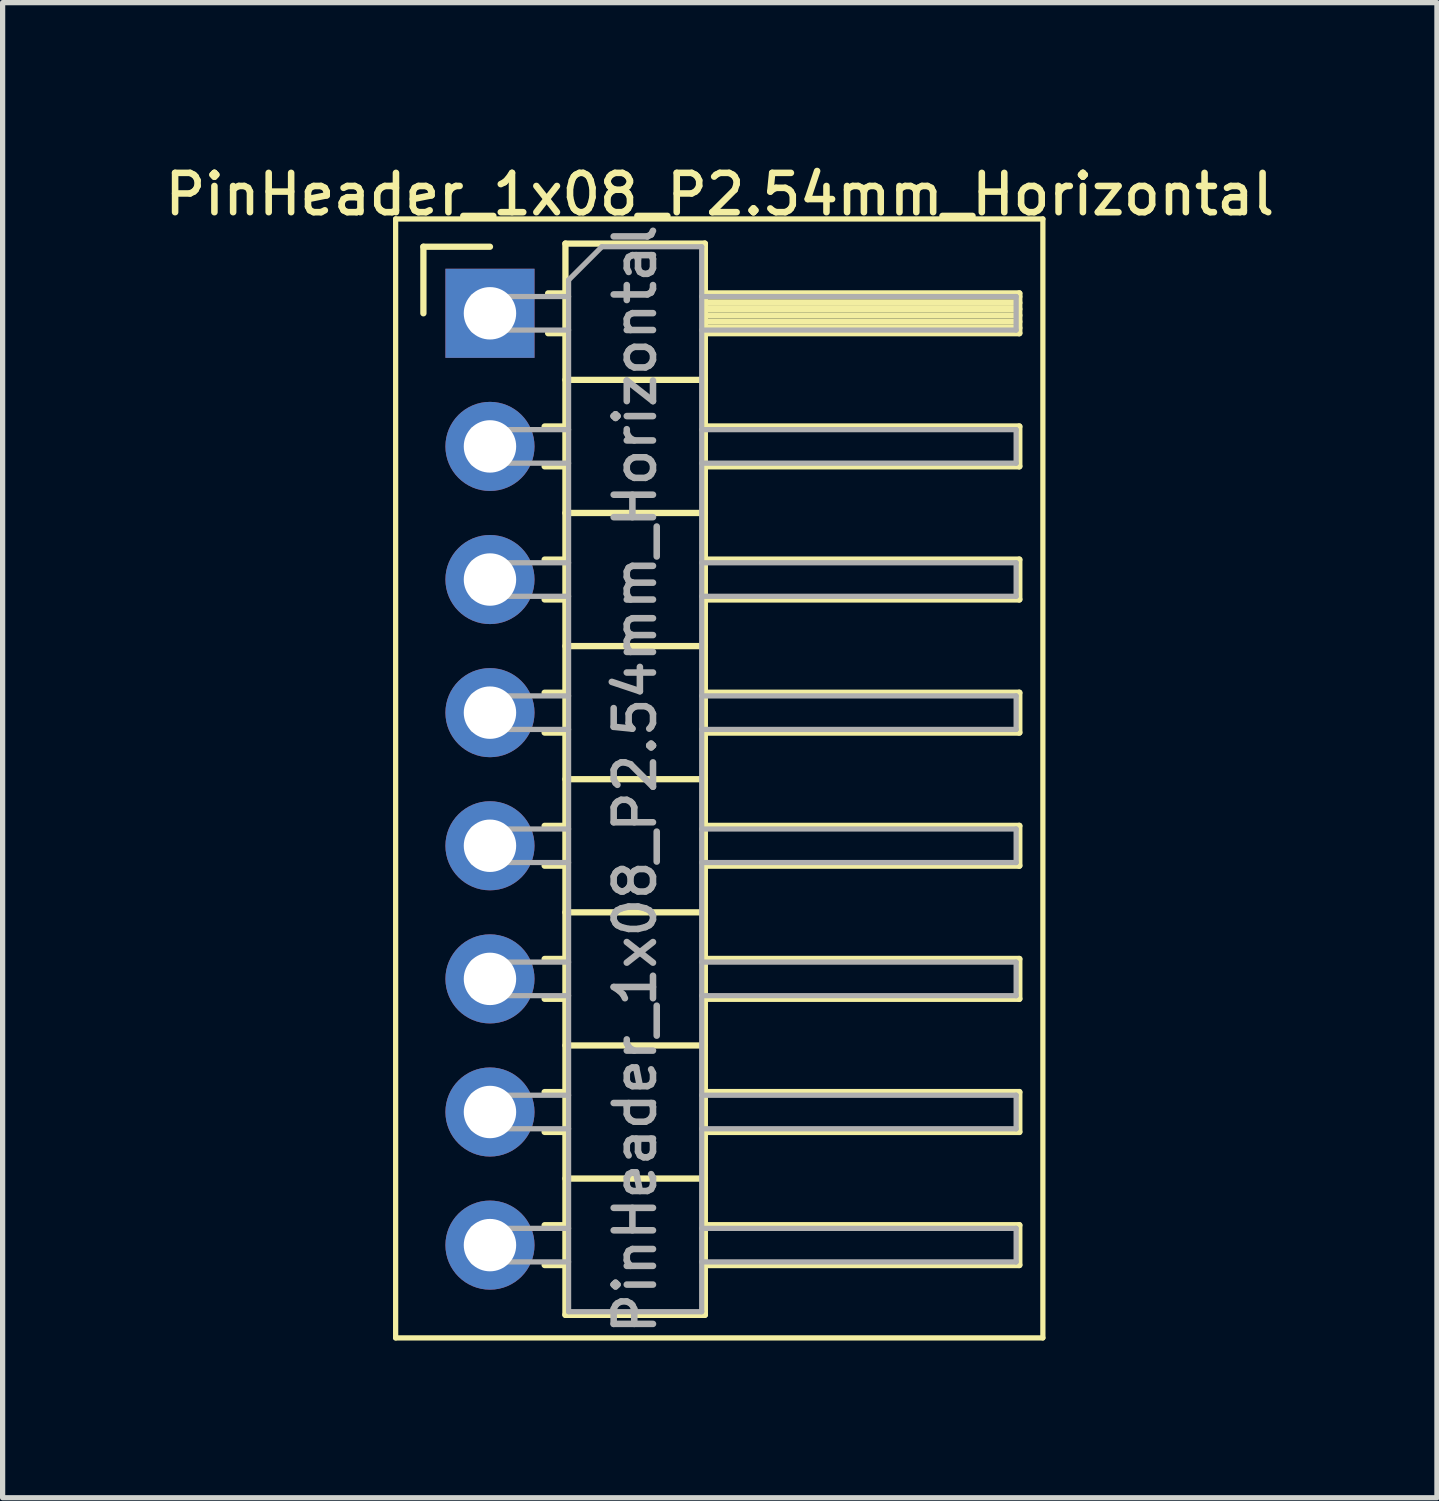
<source format=kicad_pcb>
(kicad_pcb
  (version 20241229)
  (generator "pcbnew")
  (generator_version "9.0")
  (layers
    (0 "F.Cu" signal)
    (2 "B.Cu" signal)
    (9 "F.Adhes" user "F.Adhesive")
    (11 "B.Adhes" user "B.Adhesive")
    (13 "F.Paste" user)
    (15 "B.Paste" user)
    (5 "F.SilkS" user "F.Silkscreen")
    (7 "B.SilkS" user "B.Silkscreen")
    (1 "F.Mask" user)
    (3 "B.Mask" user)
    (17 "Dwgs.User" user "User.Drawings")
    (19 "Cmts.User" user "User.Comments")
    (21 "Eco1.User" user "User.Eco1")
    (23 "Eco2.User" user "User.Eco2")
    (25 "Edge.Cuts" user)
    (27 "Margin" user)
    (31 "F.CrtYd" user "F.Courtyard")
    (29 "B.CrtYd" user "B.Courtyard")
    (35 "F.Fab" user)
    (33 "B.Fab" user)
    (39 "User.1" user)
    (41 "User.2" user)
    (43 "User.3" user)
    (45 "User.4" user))
  (footprint "PinHeader_1x08_P2.54mm_Horizontal"
    (layer "F.Cu")
    (at 6.299 2.928)
    (property "Reference" "PinHeader_1x08_P2.54mm_Horizontal" (at 4.385 -2.27 0) (layer "F.SilkS") (effects (font (size 0.75 0.75) (thickness 0.125))))
    (attr through_hole)
    (fp_line (start -1.8 -1.8) (end -1.8 19.55) (stroke (width 0.1) (type solid)) (layer "F.SilkS"))
    (fp_line (start -1.8 19.55) (end 10.55 19.55) (stroke (width 0.1) (type solid)) (layer "F.SilkS"))
    (fp_line (start -1.27 -1.27) (end 0 -1.27) (stroke (width 0.12) (type solid)) (layer "F.SilkS"))
    (fp_line (start -1.27 0) (end -1.27 -1.27) (stroke (width 0.12) (type solid)) (layer "F.SilkS"))
    (fp_line (start 1.043 2.16) (end 1.44 2.16) (stroke (width 0.12) (type solid)) (layer "F.SilkS"))
    (fp_line (start 1.043 2.92) (end 1.44 2.92) (stroke (width 0.12) (type solid)) (layer "F.SilkS"))
    (fp_line (start 1.043 4.7) (end 1.44 4.7) (stroke (width 0.12) (type solid)) (layer "F.SilkS"))
    (fp_line (start 1.043 5.46) (end 1.44 5.46) (stroke (width 0.12) (type solid)) (layer "F.SilkS"))
    (fp_line (start 1.043 7.24) (end 1.44 7.24) (stroke (width 0.12) (type solid)) (layer "F.SilkS"))
    (fp_line (start 1.043 8) (end 1.44 8) (stroke (width 0.12) (type solid)) (layer "F.SilkS"))
    (fp_line (start 1.043 9.78) (end 1.44 9.78) (stroke (width 0.12) (type solid)) (layer "F.SilkS"))
    (fp_line (start 1.043 10.54) (end 1.44 10.54) (stroke (width 0.12) (type solid)) (layer "F.SilkS"))
    (fp_line (start 1.043 12.32) (end 1.44 12.32) (stroke (width 0.12) (type solid)) (layer "F.SilkS"))
    (fp_line (start 1.043 13.08) (end 1.44 13.08) (stroke (width 0.12) (type solid)) (layer "F.SilkS"))
    (fp_line (start 1.043 14.86) (end 1.44 14.86) (stroke (width 0.12) (type solid)) (layer "F.SilkS"))
    (fp_line (start 1.043 15.62) (end 1.44 15.62) (stroke (width 0.12) (type solid)) (layer "F.SilkS"))
    (fp_line (start 1.043 17.4) (end 1.44 17.4) (stroke (width 0.12) (type solid)) (layer "F.SilkS"))
    (fp_line (start 1.043 18.16) (end 1.44 18.16) (stroke (width 0.12) (type solid)) (layer "F.SilkS"))
    (fp_line (start 1.11 -0.38) (end 1.44 -0.38) (stroke (width 0.12) (type solid)) (layer "F.SilkS"))
    (fp_line (start 1.11 0.38) (end 1.44 0.38) (stroke (width 0.12) (type solid)) (layer "F.SilkS"))
    (fp_line (start 1.44 -1.33) (end 1.44 19.11) (stroke (width 0.12) (type solid)) (layer "F.SilkS"))
    (fp_line (start 1.44 1.27) (end 4.1 1.27) (stroke (width 0.12) (type solid)) (layer "F.SilkS"))
    (fp_line (start 1.44 3.81) (end 4.1 3.81) (stroke (width 0.12) (type solid)) (layer "F.SilkS"))
    (fp_line (start 1.44 6.35) (end 4.1 6.35) (stroke (width 0.12) (type solid)) (layer "F.SilkS"))
    (fp_line (start 1.44 8.89) (end 4.1 8.89) (stroke (width 0.12) (type solid)) (layer "F.SilkS"))
    (fp_line (start 1.44 11.43) (end 4.1 11.43) (stroke (width 0.12) (type solid)) (layer "F.SilkS"))
    (fp_line (start 1.44 13.97) (end 4.1 13.97) (stroke (width 0.12) (type solid)) (layer "F.SilkS"))
    (fp_line (start 1.44 16.51) (end 4.1 16.51) (stroke (width 0.12) (type solid)) (layer "F.SilkS"))
    (fp_line (start 1.44 19.11) (end 4.1 19.11) (stroke (width 0.12) (type solid)) (layer "F.SilkS"))
    (fp_line (start 4.1 -1.33) (end 1.44 -1.33) (stroke (width 0.12) (type solid)) (layer "F.SilkS"))
    (fp_line (start 4.1 -0.38) (end 10.1 -0.38) (stroke (width 0.12) (type solid)) (layer "F.SilkS"))
    (fp_line (start 4.1 -0.32) (end 10.1 -0.32) (stroke (width 0.12) (type solid)) (layer "F.SilkS"))
    (fp_line (start 4.1 -0.2) (end 10.1 -0.2) (stroke (width 0.12) (type solid)) (layer "F.SilkS"))
    (fp_line (start 4.1 -0.08) (end 10.1 -0.08) (stroke (width 0.12) (type solid)) (layer "F.SilkS"))
    (fp_line (start 4.1 0.04) (end 10.1 0.04) (stroke (width 0.12) (type solid)) (layer "F.SilkS"))
    (fp_line (start 4.1 0.16) (end 10.1 0.16) (stroke (width 0.12) (type solid)) (layer "F.SilkS"))
    (fp_line (start 4.1 0.28) (end 10.1 0.28) (stroke (width 0.12) (type solid)) (layer "F.SilkS"))
    (fp_line (start 4.1 2.16) (end 10.1 2.16) (stroke (width 0.12) (type solid)) (layer "F.SilkS"))
    (fp_line (start 4.1 4.7) (end 10.1 4.7) (stroke (width 0.12) (type solid)) (layer "F.SilkS"))
    (fp_line (start 4.1 7.24) (end 10.1 7.24) (stroke (width 0.12) (type solid)) (layer "F.SilkS"))
    (fp_line (start 4.1 9.78) (end 10.1 9.78) (stroke (width 0.12) (type solid)) (layer "F.SilkS"))
    (fp_line (start 4.1 12.32) (end 10.1 12.32) (stroke (width 0.12) (type solid)) (layer "F.SilkS"))
    (fp_line (start 4.1 14.86) (end 10.1 14.86) (stroke (width 0.12) (type solid)) (layer "F.SilkS"))
    (fp_line (start 4.1 17.4) (end 10.1 17.4) (stroke (width 0.12) (type solid)) (layer "F.SilkS"))
    (fp_line (start 4.1 19.11) (end 4.1 -1.33) (stroke (width 0.12) (type solid)) (layer "F.SilkS"))
    (fp_line (start 10.1 -0.38) (end 10.1 0.38) (stroke (width 0.12) (type solid)) (layer "F.SilkS"))
    (fp_line (start 10.1 0.38) (end 4.1 0.38) (stroke (width 0.12) (type solid)) (layer "F.SilkS"))
    (fp_line (start 10.1 2.16) (end 10.1 2.92) (stroke (width 0.12) (type solid)) (layer "F.SilkS"))
    (fp_line (start 10.1 2.92) (end 4.1 2.92) (stroke (width 0.12) (type solid)) (layer "F.SilkS"))
    (fp_line (start 10.1 4.7) (end 10.1 5.46) (stroke (width 0.12) (type solid)) (layer "F.SilkS"))
    (fp_line (start 10.1 5.46) (end 4.1 5.46) (stroke (width 0.12) (type solid)) (layer "F.SilkS"))
    (fp_line (start 10.1 7.24) (end 10.1 8) (stroke (width 0.12) (type solid)) (layer "F.SilkS"))
    (fp_line (start 10.1 8) (end 4.1 8) (stroke (width 0.12) (type solid)) (layer "F.SilkS"))
    (fp_line (start 10.1 9.78) (end 10.1 10.54) (stroke (width 0.12) (type solid)) (layer "F.SilkS"))
    (fp_line (start 10.1 10.54) (end 4.1 10.54) (stroke (width 0.12) (type solid)) (layer "F.SilkS"))
    (fp_line (start 10.1 12.32) (end 10.1 13.08) (stroke (width 0.12) (type solid)) (layer "F.SilkS"))
    (fp_line (start 10.1 13.08) (end 4.1 13.08) (stroke (width 0.12) (type solid)) (layer "F.SilkS"))
    (fp_line (start 10.1 14.86) (end 10.1 15.62) (stroke (width 0.12) (type solid)) (layer "F.SilkS"))
    (fp_line (start 10.1 15.62) (end 4.1 15.62) (stroke (width 0.12) (type solid)) (layer "F.SilkS"))
    (fp_line (start 10.1 17.4) (end 10.1 18.16) (stroke (width 0.12) (type solid)) (layer "F.SilkS"))
    (fp_line (start 10.1 18.16) (end 4.1 18.16) (stroke (width 0.12) (type solid)) (layer "F.SilkS"))
    (fp_line (start 10.55 -1.8) (end -1.8 -1.8) (stroke (width 0.1) (type solid)) (layer "F.SilkS"))
    (fp_line (start 10.55 19.55) (end 10.55 -1.8) (stroke (width 0.1) (type solid)) (layer "F.SilkS"))
    (fp_line (start -0.32 -0.32) (end -0.32 0.32) (stroke (width 0.1) (type solid)) (layer "F.Fab"))
    (fp_line (start -0.32 -0.32) (end 1.5 -0.32) (stroke (width 0.1) (type solid)) (layer "F.Fab"))
    (fp_line (start -0.32 0.32) (end 1.5 0.32) (stroke (width 0.1) (type solid)) (layer "F.Fab"))
    (fp_line (start -0.32 2.22) (end -0.32 2.86) (stroke (width 0.1) (type solid)) (layer "F.Fab"))
    (fp_line (start -0.32 2.22) (end 1.5 2.22) (stroke (width 0.1) (type solid)) (layer "F.Fab"))
    (fp_line (start -0.32 2.86) (end 1.5 2.86) (stroke (width 0.1) (type solid)) (layer "F.Fab"))
    (fp_line (start -0.32 4.76) (end -0.32 5.4) (stroke (width 0.1) (type solid)) (layer "F.Fab"))
    (fp_line (start -0.32 4.76) (end 1.5 4.76) (stroke (width 0.1) (type solid)) (layer "F.Fab"))
    (fp_line (start -0.32 5.4) (end 1.5 5.4) (stroke (width 0.1) (type solid)) (layer "F.Fab"))
    (fp_line (start -0.32 7.3) (end -0.32 7.94) (stroke (width 0.1) (type solid)) (layer "F.Fab"))
    (fp_line (start -0.32 7.3) (end 1.5 7.3) (stroke (width 0.1) (type solid)) (layer "F.Fab"))
    (fp_line (start -0.32 7.94) (end 1.5 7.94) (stroke (width 0.1) (type solid)) (layer "F.Fab"))
    (fp_line (start -0.32 9.84) (end -0.32 10.48) (stroke (width 0.1) (type solid)) (layer "F.Fab"))
    (fp_line (start -0.32 9.84) (end 1.5 9.84) (stroke (width 0.1) (type solid)) (layer "F.Fab"))
    (fp_line (start -0.32 10.48) (end 1.5 10.48) (stroke (width 0.1) (type solid)) (layer "F.Fab"))
    (fp_line (start -0.32 12.38) (end -0.32 13.02) (stroke (width 0.1) (type solid)) (layer "F.Fab"))
    (fp_line (start -0.32 12.38) (end 1.5 12.38) (stroke (width 0.1) (type solid)) (layer "F.Fab"))
    (fp_line (start -0.32 13.02) (end 1.5 13.02) (stroke (width 0.1) (type solid)) (layer "F.Fab"))
    (fp_line (start -0.32 14.92) (end -0.32 15.56) (stroke (width 0.1) (type solid)) (layer "F.Fab"))
    (fp_line (start -0.32 14.92) (end 1.5 14.92) (stroke (width 0.1) (type solid)) (layer "F.Fab"))
    (fp_line (start -0.32 15.56) (end 1.5 15.56) (stroke (width 0.1) (type solid)) (layer "F.Fab"))
    (fp_line (start -0.32 17.46) (end -0.32 18.1) (stroke (width 0.1) (type solid)) (layer "F.Fab"))
    (fp_line (start -0.32 17.46) (end 1.5 17.46) (stroke (width 0.1) (type solid)) (layer "F.Fab"))
    (fp_line (start -0.32 18.1) (end 1.5 18.1) (stroke (width 0.1) (type solid)) (layer "F.Fab"))
    (fp_line (start 1.5 -0.635) (end 2.135 -1.27) (stroke (width 0.1) (type solid)) (layer "F.Fab"))
    (fp_line (start 1.5 19.05) (end 1.5 -0.635) (stroke (width 0.1) (type solid)) (layer "F.Fab"))
    (fp_line (start 2.135 -1.27) (end 4.04 -1.27) (stroke (width 0.1) (type solid)) (layer "F.Fab"))
    (fp_line (start 4.04 -1.27) (end 4.04 19.05) (stroke (width 0.1) (type solid)) (layer "F.Fab"))
    (fp_line (start 4.04 -0.32) (end 10.04 -0.32) (stroke (width 0.1) (type solid)) (layer "F.Fab"))
    (fp_line (start 4.04 0.32) (end 10.04 0.32) (stroke (width 0.1) (type solid)) (layer "F.Fab"))
    (fp_line (start 4.04 2.22) (end 10.04 2.22) (stroke (width 0.1) (type solid)) (layer "F.Fab"))
    (fp_line (start 4.04 2.86) (end 10.04 2.86) (stroke (width 0.1) (type solid)) (layer "F.Fab"))
    (fp_line (start 4.04 4.76) (end 10.04 4.76) (stroke (width 0.1) (type solid)) (layer "F.Fab"))
    (fp_line (start 4.04 5.4) (end 10.04 5.4) (stroke (width 0.1) (type solid)) (layer "F.Fab"))
    (fp_line (start 4.04 7.3) (end 10.04 7.3) (stroke (width 0.1) (type solid)) (layer "F.Fab"))
    (fp_line (start 4.04 7.94) (end 10.04 7.94) (stroke (width 0.1) (type solid)) (layer "F.Fab"))
    (fp_line (start 4.04 9.84) (end 10.04 9.84) (stroke (width 0.1) (type solid)) (layer "F.Fab"))
    (fp_line (start 4.04 10.48) (end 10.04 10.48) (stroke (width 0.1) (type solid)) (layer "F.Fab"))
    (fp_line (start 4.04 12.38) (end 10.04 12.38) (stroke (width 0.1) (type solid)) (layer "F.Fab"))
    (fp_line (start 4.04 13.02) (end 10.04 13.02) (stroke (width 0.1) (type solid)) (layer "F.Fab"))
    (fp_line (start 4.04 14.92) (end 10.04 14.92) (stroke (width 0.1) (type solid)) (layer "F.Fab"))
    (fp_line (start 4.04 15.56) (end 10.04 15.56) (stroke (width 0.1) (type solid)) (layer "F.Fab"))
    (fp_line (start 4.04 17.46) (end 10.04 17.46) (stroke (width 0.1) (type solid)) (layer "F.Fab"))
    (fp_line (start 4.04 18.1) (end 10.04 18.1) (stroke (width 0.1) (type solid)) (layer "F.Fab"))
    (fp_line (start 4.04 19.05) (end 1.5 19.05) (stroke (width 0.1) (type solid)) (layer "F.Fab"))
    (fp_line (start 10.04 -0.32) (end 10.04 0.32) (stroke (width 0.1) (type solid)) (layer "F.Fab"))
    (fp_line (start 10.04 2.22) (end 10.04 2.86) (stroke (width 0.1) (type solid)) (layer "F.Fab"))
    (fp_line (start 10.04 4.76) (end 10.04 5.4) (stroke (width 0.1) (type solid)) (layer "F.Fab"))
    (fp_line (start 10.04 7.3) (end 10.04 7.94) (stroke (width 0.1) (type solid)) (layer "F.Fab"))
    (fp_line (start 10.04 9.84) (end 10.04 10.48) (stroke (width 0.1) (type solid)) (layer "F.Fab"))
    (fp_line (start 10.04 12.38) (end 10.04 13.02) (stroke (width 0.1) (type solid)) (layer "F.Fab"))
    (fp_line (start 10.04 14.92) (end 10.04 15.56) (stroke (width 0.1) (type solid)) (layer "F.Fab"))
    (fp_line (start 10.04 17.46) (end 10.04 18.1) (stroke (width 0.1) (type solid)) (layer "F.Fab"))
    (fp_text user "${REFERENCE}" (at 2.77 8.89 90) (layer "F.Fab") (effects (font (size 0.75 0.75) (thickness 0.125))))
    (pad "1" thru_hole rect (at 0 0) (size 1.7 1.7) (drill 1) (layers "*.Cu" "*.Mask"))
    (pad "2" thru_hole oval (at 0 2.54) (size 1.7 1.7) (drill 1) (layers "*.Cu" "*.Mask"))
    (pad "3" thru_hole oval (at 0 5.08) (size 1.7 1.7) (drill 1) (layers "*.Cu" "*.Mask"))
    (pad "4" thru_hole oval (at 0 7.62) (size 1.7 1.7) (drill 1) (layers "*.Cu" "*.Mask"))
    (pad "5" thru_hole oval (at 0 10.16) (size 1.7 1.7) (drill 1) (layers "*.Cu" "*.Mask"))
    (pad "6" thru_hole oval (at 0 12.7) (size 1.7 1.7) (drill 1) (layers "*.Cu" "*.Mask"))
    (pad "7" thru_hole oval (at 0 15.24) (size 1.7 1.7) (drill 1) (layers "*.Cu" "*.Mask"))
    (pad "8" thru_hole oval (at 0 17.78) (size 1.7 1.7) (drill 1) (layers "*.Cu" "*.Mask")))
  (gr_rect
    (start -3 -3)
    (end 24.368 25.528)
    (stroke (width 0.1) (type default))
    (fill no)
    (layer "Edge.Cuts")))
</source>
